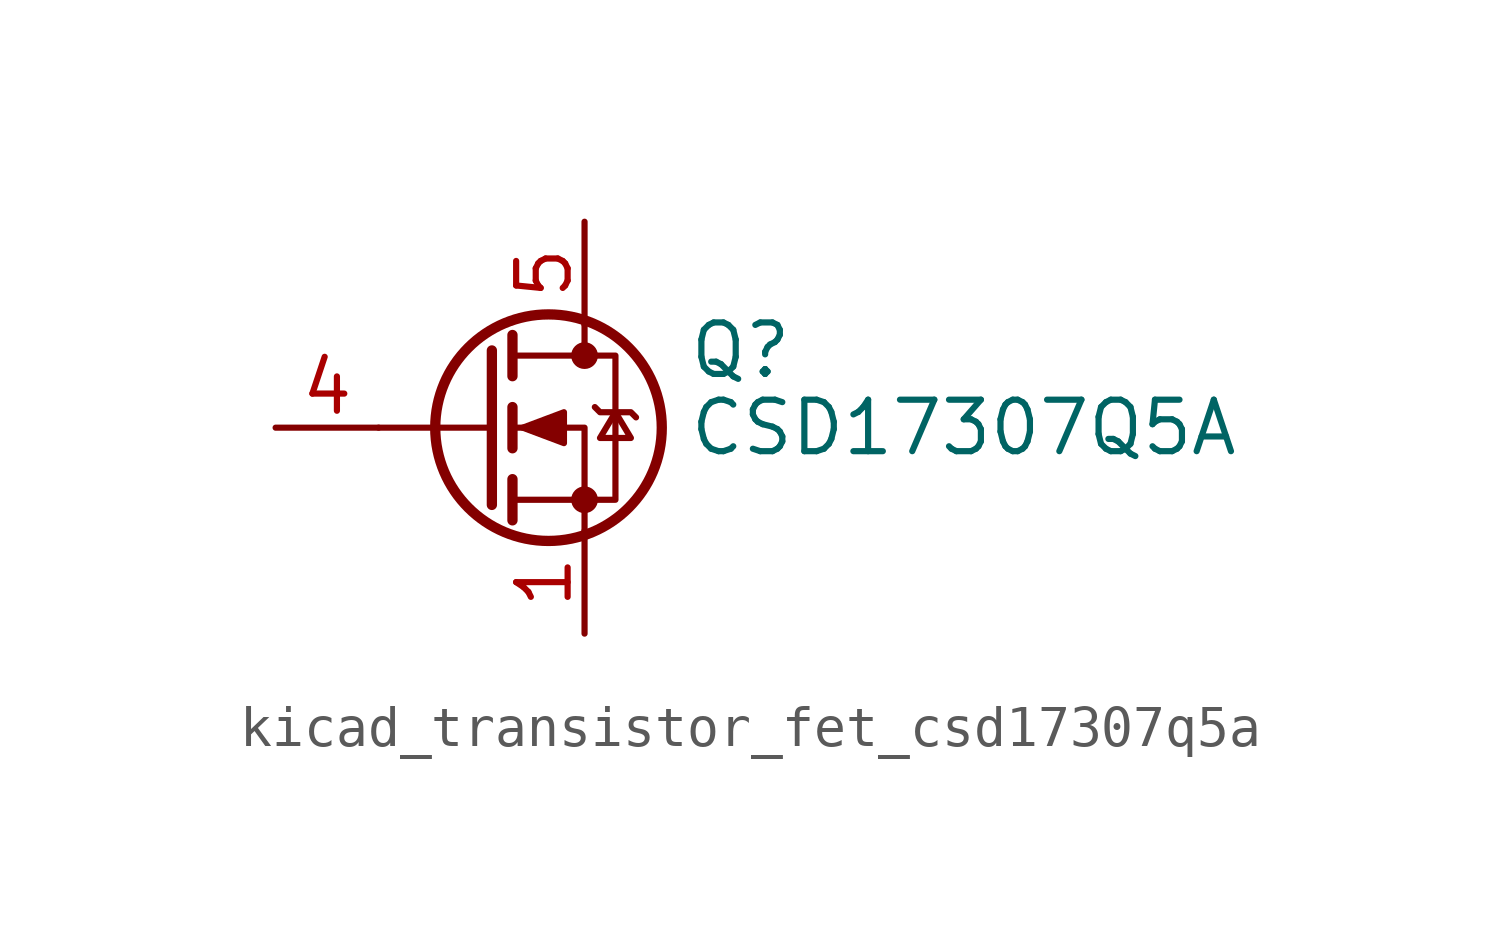
<source format=kicad_sym>
(kicad_symbol_lib
  (version 20220914)
  (generator kicad_symbol_editor)
  (symbol "kicad_transistor_fet_csd17307q5a"
    (pin_names hide)
    (property "Reference" "Q"
      (at 5.08 1.905 0)
      (effects (font (size 1.27 1.27)) (justify left)))
    (property "Value" "CSD17307Q5A"
      (at 5.08 0 0)
      (effects (font (size 1.27 1.27)) (justify left)))
    (symbol "kicad_transistor_fet_csd17307q5a_0_1"
      (polyline (pts (xy 0.254 0) (xy -2.54 0)) (stroke (width 0) (type default)) (fill (type none)))
      (polyline (pts (xy 0.254 1.905) (xy 0.254 -1.905)) (stroke (width 0.254) (type default)) (fill (type none)))
      (polyline (pts (xy 0.762 -1.27) (xy 0.762 -2.286)) (stroke (width 0.254) (type default)) (fill (type none)))
      (polyline (pts (xy 0.762 0.508) (xy 0.762 -0.508)) (stroke (width 0.254) (type default)) (fill (type none)))
      (polyline (pts (xy 0.762 2.286) (xy 0.762 1.27)) (stroke (width 0.254) (type default)) (fill (type none)))
      (polyline (pts (xy 2.54 2.54) (xy 2.54 1.778)) (stroke (width 0) (type default)) (fill (type none)))
      (polyline (pts (xy 2.54 -2.54) (xy 2.54 0) (xy 0.762 0)) (stroke (width 0) (type default)) (fill (type none)))
      (polyline (pts (xy 0.762 -1.778) (xy 3.302 -1.778) (xy 3.302 1.778) (xy 0.762 1.778)) (stroke (width 0) (type default)) (fill (type none)))
      (polyline (pts (xy 1.016 0) (xy 2.032 0.381) (xy 2.032 -0.381) (xy 1.016 0)) (stroke (width 0) (type default)) (fill (type outline)))
      (polyline (pts (xy 2.794 0.508) (xy 2.921 0.381) (xy 3.683 0.381) (xy 3.81 0.254)) (stroke (width 0) (type default)) (fill (type none)))
      (polyline (pts (xy 3.302 0.381) (xy 2.921 -0.254) (xy 3.683 -0.254) (xy 3.302 0.381)) (stroke (width 0) (type default)) (fill (type none)))
      (circle (center 1.651 0) (radius 2.794) (stroke (width 0.254) (type default)) (fill (type none)))
      (circle (center 2.54 -1.778) (radius 0.254) (stroke (width 0) (type default)) (fill (type outline)))
      (circle (center 2.54 1.778) (radius 0.254) (stroke (width 0) (type default)) (fill (type outline))))
    (symbol "kicad_transistor_fet_csd17307q5a_1_1"
      (pin passive line (at 2.54 -5.08 90) (length 2.54) (name "S" (effects (font (size 1.27 1.27)))) (number "1" (effects (font (size 1.27 1.27)))))
      (pin passive line (at 2.54 -5.08 90) (length 2.54) hide (name "S" (effects (font (size 1.27 1.27)))) (number "2" (effects (font (size 1.27 1.27)))))
      (pin passive line (at 2.54 -5.08 90) (length 2.54) hide (name "S" (effects (font (size 1.27 1.27)))) (number "3" (effects (font (size 1.27 1.27)))))
      (pin passive line (at -5.08 0 0) (length 2.54) (name "G" (effects (font (size 1.27 1.27)))) (number "4" (effects (font (size 1.27 1.27)))))
      (pin passive line (at 2.54 5.08 270) (length 2.54) (name "D" (effects (font (size 1.27 1.27)))) (number "5" (effects (font (size 1.27 1.27))))))))
</source>
